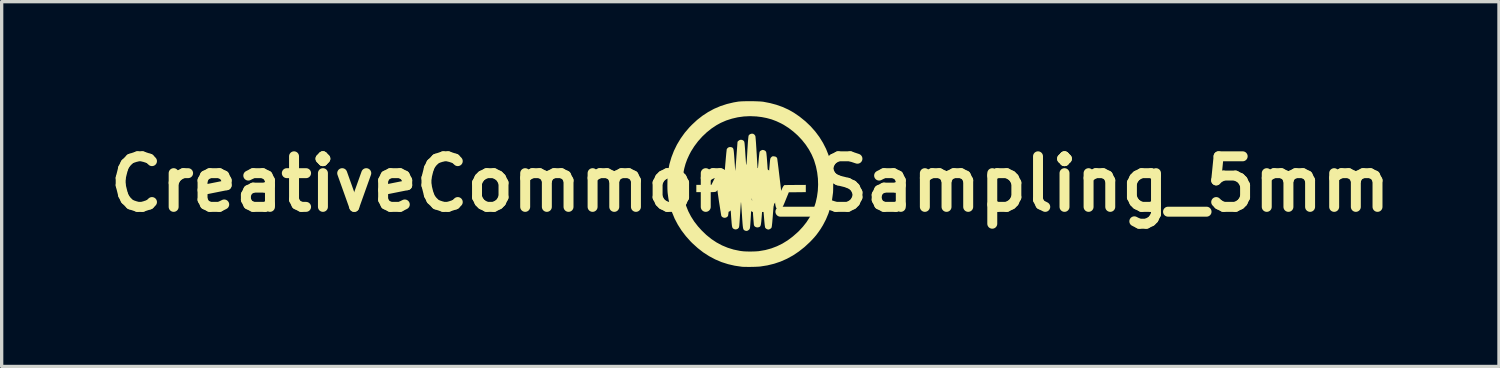
<source format=kicad_pcb>
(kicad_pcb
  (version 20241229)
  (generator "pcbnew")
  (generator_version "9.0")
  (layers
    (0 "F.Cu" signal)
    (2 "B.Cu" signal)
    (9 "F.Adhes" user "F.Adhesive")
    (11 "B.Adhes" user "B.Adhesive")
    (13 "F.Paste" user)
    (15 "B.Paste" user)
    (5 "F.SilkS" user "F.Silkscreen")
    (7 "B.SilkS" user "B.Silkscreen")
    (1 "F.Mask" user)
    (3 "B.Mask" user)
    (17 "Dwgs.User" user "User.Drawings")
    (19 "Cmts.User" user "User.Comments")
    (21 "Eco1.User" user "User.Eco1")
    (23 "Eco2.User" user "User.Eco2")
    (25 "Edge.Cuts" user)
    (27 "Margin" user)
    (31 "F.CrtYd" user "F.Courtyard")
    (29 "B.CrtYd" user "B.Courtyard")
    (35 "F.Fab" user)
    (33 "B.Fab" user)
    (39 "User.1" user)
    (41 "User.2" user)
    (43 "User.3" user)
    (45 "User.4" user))
  (footprint "CreativeCommons_Sampling_5mm"
    (layer "F.Cu")
    (at 19.565 2.496)
    (property "Reference" "CreativeCommons_Sampling_5mm" (at 0 0 0) (layer "F.SilkS") (effects (font (size 1.524 1.524) (thickness 0.3))))
    (attr board_only exclude_from_pos_files exclude_from_bom)
    (fp_poly (pts (xy 0.065 -2.496) (xy 0.149 -2.494) (xy 0.227 -2.491) (xy 0.297 -2.488) (xy 0.354 -2.483) (xy 0.391 -2.479) (xy 0.596 -2.439) (xy 0.789 -2.387) (xy 0.972 -2.322) (xy 1.146 -2.243) (xy 1.313 -2.149) (xy 1.474 -2.039) (xy 1.49 -2.027) (xy 1.661 -1.889) (xy 1.817 -1.741) (xy 1.957 -1.583) (xy 2.082 -1.416) (xy 2.191 -1.24) (xy 2.285 -1.055) (xy 2.362 -0.861) (xy 2.424 -0.658) (xy 2.47 -0.446) (xy 2.478 -0.4) (xy 2.484 -0.351) (xy 2.489 -0.288) (xy 2.493 -0.213) (xy 2.496 -0.132) (xy 2.498 -0.047) (xy 2.499 0.037) (xy 2.498 0.118) (xy 2.497 0.19) (xy 2.494 0.252) (xy 2.491 0.279) (xy 2.462 0.49) (xy 2.416 0.693) (xy 2.356 0.886) (xy 2.279 1.07) (xy 2.187 1.246) (xy 2.114 1.364) (xy 2.054 1.45) (xy 1.998 1.526) (xy 1.939 1.597) (xy 1.875 1.668) (xy 1.801 1.745) (xy 1.796 1.75) (xy 1.633 1.901) (xy 1.463 2.035) (xy 1.287 2.153) (xy 1.105 2.253) (xy 0.915 2.337) (xy 0.719 2.403) (xy 0.515 2.453) (xy 0.305 2.486) (xy 0.305 2.486) (xy 0.262 2.49) (xy 0.206 2.493) (xy 0.14 2.496) (xy 0.069 2.498) (xy -0.005 2.499) (xy -0.077 2.499) (xy -0.143 2.498) (xy -0.2 2.497) (xy -0.244 2.495) (xy -0.255 2.494) (xy -0.467 2.463) (xy -0.671 2.416) (xy -0.869 2.353) (xy -1.059 2.272) (xy -1.241 2.175) (xy -1.417 2.062) (xy -1.585 1.931) (xy -1.747 1.784) (xy -1.797 1.734) (xy -1.944 1.57) (xy -2.073 1.401) (xy -2.185 1.225) (xy -2.281 1.042) (xy -2.359 0.853) (xy -2.421 0.657) (xy -2.466 0.455) (xy -2.491 0.27) (xy -2.495 0.216) (xy -2.498 0.148) (xy -2.499 0.071) (xy -2.499 0.043) (xy -2.04 0.043) (xy -2.038 0.133) (xy -2.033 0.216) (xy -2.025 0.286) (xy -2.024 0.291) (xy -1.988 0.475) (xy -1.937 0.651) (xy -1.871 0.818) (xy -1.788 0.978) (xy -1.69 1.132) (xy -1.574 1.281) (xy -1.468 1.398) (xy -1.324 1.537) (xy -1.174 1.658) (xy -1.017 1.762) (xy -0.853 1.85) (xy -0.682 1.921) (xy -0.504 1.976) (xy -0.317 2.015) (xy -0.266 2.022) (xy -0.205 2.029) (xy -0.131 2.033) (xy -0.05 2.035) (xy 0.035 2.035) (xy 0.119 2.033) (xy 0.195 2.029) (xy 0.26 2.024) (xy 0.269 2.022) (xy 0.455 1.99) (xy 0.634 1.941) (xy 0.805 1.876) (xy 0.97 1.795) (xy 1.129 1.697) (xy 1.283 1.581) (xy 1.433 1.449) (xy 1.469 1.414) (xy 1.589 1.284) (xy 1.693 1.152) (xy 1.783 1.013) (xy 1.845 0.896) (xy 1.915 0.734) (xy 1.97 0.563) (xy 2.01 0.386) (xy 2.035 0.204) (xy 2.044 0.019) (xy 2.038 -0.166) (xy 2.016 -0.349) (xy 1.979 -0.53) (xy 1.926 -0.705) (xy 1.918 -0.729) (xy 1.851 -0.885) (xy 1.768 -1.038) (xy 1.67 -1.186) (xy 1.558 -1.326) (xy 1.434 -1.458) (xy 1.299 -1.579) (xy 1.156 -1.689) (xy 1.005 -1.785) (xy 0.925 -1.828) (xy 0.784 -1.894) (xy 0.643 -1.947) (xy 0.498 -1.987) (xy 0.346 -2.017) (xy 0.182 -2.037) (xy 0.177 -2.037) (xy -0.008 -2.045) (xy -0.193 -2.036) (xy -0.376 -2.011) (xy -0.553 -1.97) (xy -0.725 -1.915) (xy -0.888 -1.844) (xy -1.018 -1.773) (xy -1.17 -1.672) (xy -1.315 -1.556) (xy -1.451 -1.427) (xy -1.576 -1.287) (xy -1.688 -1.138) (xy -1.786 -0.983) (xy -1.841 -0.878) (xy -1.903 -0.742) (xy -1.952 -0.608) (xy -1.99 -0.47) (xy -2.019 -0.324) (xy -2.024 -0.291) (xy -2.032 -0.222) (xy -2.038 -0.14) (xy -2.04 -0.05) (xy -2.04 0.043) (xy -2.499 0.043) (xy -2.498 -0.012) (xy -2.497 -0.096) (xy -2.494 -0.179) (xy -2.49 -0.256) (xy -2.486 -0.324) (xy -2.48 -0.379) (xy -2.478 -0.391) (xy -2.437 -0.6) (xy -2.378 -0.802) (xy -2.303 -0.997) (xy -2.211 -1.186) (xy -2.103 -1.366) (xy -1.979 -1.54) (xy -1.838 -1.705) (xy -1.759 -1.786) (xy -1.603 -1.931) (xy -1.439 -2.059) (xy -1.268 -2.171) (xy -1.09 -2.267) (xy -0.902 -2.347) (xy -0.706 -2.411) (xy -0.5 -2.46) (xy -0.359 -2.484) (xy -0.314 -2.488) (xy -0.255 -2.492) (xy -0.183 -2.494) (xy -0.104 -2.496) (xy -0.02 -2.496)) (stroke (width 0) (type solid)) (fill yes) (layer "F.SilkS"))
    (fp_poly (pts (xy 0.093 -1.51) (xy 0.125 -1.487) (xy 0.148 -1.455) (xy 0.154 -1.438) (xy 0.156 -1.423) (xy 0.159 -1.391) (xy 0.163 -1.345) (xy 0.168 -1.286) (xy 0.173 -1.216) (xy 0.178 -1.137) (xy 0.184 -1.05) (xy 0.189 -0.957) (xy 0.193 -0.9) (xy 0.198 -0.807) (xy 0.203 -0.719) (xy 0.208 -0.64) (xy 0.213 -0.57) (xy 0.217 -0.51) (xy 0.22 -0.463) (xy 0.223 -0.429) (xy 0.224 -0.412) (xy 0.225 -0.409) (xy 0.226 -0.421) (xy 0.229 -0.449) (xy 0.232 -0.491) (xy 0.237 -0.543) (xy 0.242 -0.604) (xy 0.248 -0.67) (xy 0.249 -0.687) (xy 0.255 -0.756) (xy 0.261 -0.819) (xy 0.267 -0.875) (xy 0.272 -0.92) (xy 0.277 -0.953) (xy 0.281 -0.97) (xy 0.281 -0.972) (xy 0.302 -0.996) (xy 0.333 -1.015) (xy 0.365 -1.026) (xy 0.376 -1.027) (xy 0.414 -1.02) (xy 0.449 -1.002) (xy 0.473 -0.975) (xy 0.476 -0.97) (xy 0.48 -0.954) (xy 0.485 -0.924) (xy 0.49 -0.879) (xy 0.496 -0.819) (xy 0.502 -0.743) (xy 0.509 -0.649) (xy 0.515 -0.575) (xy 0.52 -0.496) (xy 0.526 -0.422) (xy 0.531 -0.356) (xy 0.536 -0.3) (xy 0.54 -0.256) (xy 0.543 -0.226) (xy 0.545 -0.21) (xy 0.546 -0.209) (xy 0.548 -0.218) (xy 0.551 -0.242) (xy 0.555 -0.28) (xy 0.56 -0.329) (xy 0.566 -0.386) (xy 0.571 -0.448) (xy 0.579 -0.533) (xy 0.585 -0.602) (xy 0.59 -0.657) (xy 0.594 -0.699) (xy 0.598 -0.731) (xy 0.602 -0.754) (xy 0.607 -0.771) (xy 0.612 -0.783) (xy 0.618 -0.792) (xy 0.626 -0.8) (xy 0.633 -0.808) (xy 0.653 -0.826) (xy 0.669 -0.834) (xy 0.69 -0.836) (xy 0.714 -0.834) (xy 0.76 -0.825) (xy 0.792 -0.804) (xy 0.809 -0.777) (xy 0.811 -0.765) (xy 0.816 -0.736) (xy 0.821 -0.693) (xy 0.829 -0.637) (xy 0.837 -0.57) (xy 0.847 -0.493) (xy 0.857 -0.409) (xy 0.868 -0.319) (xy 0.873 -0.275) (xy 0.931 0.209) (xy 0.957 0.143) (xy 0.973 0.108) (xy 0.99 0.077) (xy 1.004 0.056) (xy 1.005 0.055) (xy 1.028 0.032) (xy 1.35 0.029) (xy 1.673 0.027) (xy 1.673 0.245) (xy 1.417 0.248) (xy 1.161 0.25) (xy 1.066 0.482) (xy 1.035 0.559) (xy 1.009 0.62) (xy 0.987 0.668) (xy 0.968 0.704) (xy 0.951 0.73) (xy 0.936 0.747) (xy 0.92 0.757) (xy 0.903 0.762) (xy 0.884 0.763) (xy 0.879 0.764) (xy 0.849 0.761) (xy 0.823 0.754) (xy 0.819 0.752) (xy 0.8 0.74) (xy 0.786 0.725) (xy 0.774 0.704) (xy 0.765 0.674) (xy 0.756 0.632) (xy 0.748 0.576) (xy 0.746 0.555) (xy 0.739 0.507) (xy 0.733 0.466) (xy 0.729 0.434) (xy 0.726 0.416) (xy 0.725 0.413) (xy 0.724 0.421) (xy 0.721 0.445) (xy 0.717 0.484) (xy 0.713 0.535) (xy 0.708 0.597) (xy 0.702 0.668) (xy 0.695 0.746) (xy 0.692 0.785) (xy 0.683 0.895) (xy 0.676 0.989) (xy 0.669 1.068) (xy 0.664 1.133) (xy 0.659 1.185) (xy 0.654 1.227) (xy 0.651 1.259) (xy 0.647 1.283) (xy 0.643 1.301) (xy 0.64 1.313) (xy 0.636 1.321) (xy 0.632 1.327) (xy 0.63 1.329) (xy 0.602 1.352) (xy 0.57 1.368) (xy 0.545 1.373) (xy 0.513 1.366) (xy 0.48 1.349) (xy 0.455 1.325) (xy 0.449 1.317) (xy 0.445 1.302) (xy 0.44 1.274) (xy 0.434 1.232) (xy 0.428 1.176) (xy 0.421 1.103) (xy 0.414 1.014) (xy 0.407 0.932) (xy 0.4 0.853) (xy 0.394 0.781) (xy 0.389 0.716) (xy 0.384 0.662) (xy 0.38 0.619) (xy 0.378 0.59) (xy 0.376 0.576) (xy 0.376 0.576) (xy 0.375 0.585) (xy 0.372 0.61) (xy 0.369 0.65) (xy 0.365 0.701) (xy 0.36 0.762) (xy 0.355 0.831) (xy 0.35 0.9) (xy 0.343 0.992) (xy 0.336 1.068) (xy 0.331 1.129) (xy 0.325 1.177) (xy 0.32 1.214) (xy 0.313 1.242) (xy 0.306 1.262) (xy 0.298 1.276) (xy 0.288 1.286) (xy 0.276 1.294) (xy 0.272 1.296) (xy 0.233 1.308) (xy 0.192 1.307) (xy 0.155 1.294) (xy 0.126 1.272) (xy 0.111 1.244) (xy 0.108 1.229) (xy 0.105 1.197) (xy 0.101 1.152) (xy 0.096 1.094) (xy 0.091 1.026) (xy 0.085 0.95) (xy 0.08 0.868) (xy 0.076 0.809) (xy 0.07 0.726) (xy 0.065 0.65) (xy 0.061 0.582) (xy 0.057 0.523) (xy 0.053 0.477) (xy 0.05 0.443) (xy 0.049 0.425) (xy 0.048 0.423) (xy 0.047 0.435) (xy 0.045 0.464) (xy 0.043 0.507) (xy 0.039 0.563) (xy 0.035 0.629) (xy 0.031 0.703) (xy 0.026 0.784) (xy 0.023 0.845) (xy 0.017 0.953) (xy 0.012 1.044) (xy 0.007 1.119) (xy 0.003 1.181) (xy -0.000478 1.231) (xy -0.004 1.27) (xy -0.007 1.3) (xy -0.011 1.323) (xy -0.014 1.339) (xy -0.019 1.351) (xy -0.024 1.36) (xy -0.029 1.367) (xy -0.036 1.375) (xy -0.039 1.378) (xy -0.075 1.405) (xy -0.114 1.415) (xy -0.155 1.407) (xy -0.163 1.403) (xy -0.177 1.395) (xy -0.189 1.388) (xy -0.198 1.378) (xy -0.206 1.365) (xy -0.213 1.346) (xy -0.219 1.321) (xy -0.224 1.287) (xy -0.229 1.243) (xy -0.234 1.187) (xy -0.239 1.119) (xy -0.245 1.035) (xy -0.251 0.934) (xy -0.251 0.934) (xy -0.257 0.852) (xy -0.262 0.775) (xy -0.267 0.706) (xy -0.271 0.647) (xy -0.275 0.599) (xy -0.278 0.565) (xy -0.28 0.545) (xy -0.281 0.542) (xy -0.282 0.551) (xy -0.285 0.577) (xy -0.288 0.617) (xy -0.292 0.67) (xy -0.296 0.733) (xy -0.301 0.805) (xy -0.306 0.883) (xy -0.309 0.921) (xy -0.315 1.014) (xy -0.32 1.09) (xy -0.324 1.152) (xy -0.328 1.2) (xy -0.331 1.238) (xy -0.334 1.266) (xy -0.338 1.287) (xy -0.341 1.302) (xy -0.345 1.313) (xy -0.35 1.321) (xy -0.353 1.325) (xy -0.383 1.353) (xy -0.421 1.367) (xy -0.461 1.368) (xy -0.5 1.354) (xy -0.526 1.334) (xy -0.533 1.325) (xy -0.539 1.314) (xy -0.544 1.3) (xy -0.549 1.281) (xy -0.554 1.254) (xy -0.558 1.22) (xy -0.563 1.175) (xy -0.567 1.119) (xy -0.573 1.05) (xy -0.579 0.966) (xy -0.585 0.866) (xy -0.588 0.834) (xy -0.593 0.754) (xy -0.598 0.679) (xy -0.603 0.612) (xy -0.607 0.555) (xy -0.611 0.51) (xy -0.614 0.478) (xy -0.616 0.461) (xy -0.616 0.459) (xy -0.618 0.469) (xy -0.621 0.494) (xy -0.625 0.533) (xy -0.63 0.582) (xy -0.636 0.64) (xy -0.641 0.704) (xy -0.647 0.769) (xy -0.654 0.829) (xy -0.659 0.881) (xy -0.665 0.922) (xy -0.669 0.95) (xy -0.672 0.963) (xy -0.698 0.993) (xy -0.732 1.012) (xy -0.772 1.019) (xy -0.811 1.013) (xy -0.846 0.995) (xy -0.872 0.965) (xy -0.873 0.964) (xy -0.875 0.952) (xy -0.88 0.926) (xy -0.887 0.885) (xy -0.895 0.834) (xy -0.905 0.774) (xy -0.915 0.707) (xy -0.926 0.636) (xy -0.938 0.563) (xy -0.949 0.49) (xy -0.959 0.421) (xy -0.968 0.356) (xy -0.977 0.298) (xy -0.983 0.25) (xy -0.988 0.214) (xy -0.991 0.192) (xy -0.991 0.187) (xy -0.995 0.187) (xy -1.005 0.199) (xy -1.006 0.2) (xy -1.015 0.212) (xy -1.023 0.222) (xy -1.034 0.23) (xy -1.048 0.235) (xy -1.068 0.239) (xy -1.096 0.242) (xy -1.134 0.244) (xy -1.184 0.245) (xy -1.248 0.245) (xy -1.328 0.245) (xy -1.339 0.245) (xy -1.627 0.245) (xy -1.627 0.027) (xy -1.173 0.027) (xy -1.094 -0.134) (xy -1.066 -0.189) (xy -1.045 -0.23) (xy -1.029 -0.26) (xy -1.017 -0.28) (xy -1.006 -0.292) (xy -0.995 -0.3) (xy -0.984 -0.306) (xy -0.975 -0.309) (xy -0.947 -0.317) (xy -0.926 -0.317) (xy -0.898 -0.309) (xy -0.898 -0.309) (xy -0.871 -0.295) (xy -0.85 -0.275) (xy -0.835 -0.245) (xy -0.823 -0.203) (xy -0.816 -0.163) (xy -0.812 -0.142) (xy -0.809 -0.125) (xy -0.806 -0.114) (xy -0.803 -0.11) (xy -0.8 -0.114) (xy -0.797 -0.126) (xy -0.794 -0.149) (xy -0.79 -0.184) (xy -0.785 -0.23) (xy -0.78 -0.29) (xy -0.773 -0.365) (xy -0.765 -0.455) (xy -0.756 -0.562) (xy -0.754 -0.59) (xy -0.746 -0.678) (xy -0.739 -0.761) (xy -0.732 -0.837) (xy -0.726 -0.904) (xy -0.72 -0.961) (xy -0.715 -1.005) (xy -0.712 -1.035) (xy -0.71 -1.049) (xy -0.709 -1.049) (xy -0.687 -1.083) (xy -0.654 -1.105) (xy -0.615 -1.115) (xy -0.573 -1.11) (xy -0.562 -1.106) (xy -0.547 -1.1) (xy -0.534 -1.092) (xy -0.524 -1.083) (xy -0.516 -1.069) (xy -0.509 -1.049) (xy -0.503 -1.021) (xy -0.498 -0.983) (xy -0.493 -0.934) (xy -0.488 -0.872) (xy -0.482 -0.795) (xy -0.477 -0.731) (xy -0.472 -0.656) (xy -0.467 -0.586) (xy -0.463 -0.523) (xy -0.459 -0.47) (xy -0.456 -0.429) (xy -0.454 -0.401) (xy -0.453 -0.391) (xy -0.453 -0.395) (xy -0.451 -0.416) (xy -0.447 -0.452) (xy -0.443 -0.501) (xy -0.439 -0.561) (xy -0.433 -0.632) (xy -0.427 -0.712) (xy -0.42 -0.798) (xy -0.419 -0.821) (xy -0.385 -1.273) (xy -0.359 -1.3) (xy -0.325 -1.324) (xy -0.286 -1.334) (xy -0.246 -1.329) (xy -0.211 -1.311) (xy -0.191 -1.291) (xy -0.186 -1.283) (xy -0.182 -1.273) (xy -0.178 -1.258) (xy -0.175 -1.237) (xy -0.171 -1.209) (xy -0.168 -1.17) (xy -0.164 -1.121) (xy -0.159 -1.059) (xy -0.154 -0.982) (xy -0.148 -0.889) (xy -0.142 -0.803) (xy -0.137 -0.729) (xy -0.133 -0.67) (xy -0.129 -0.625) (xy -0.126 -0.595) (xy -0.122 -0.579) (xy -0.119 -0.579) (xy -0.116 -0.595) (xy -0.113 -0.627) (xy -0.109 -0.675) (xy -0.104 -0.739) (xy -0.099 -0.821) (xy -0.093 -0.921) (xy -0.087 -1.032) (xy -0.079 -1.147) (xy -0.073 -1.245) (xy -0.067 -1.324) (xy -0.061 -1.385) (xy -0.056 -1.429) (xy -0.052 -1.454) (xy -0.05 -1.46) (xy -0.029 -1.487) (xy 0.004 -1.507) (xy 0.044 -1.517) (xy 0.057 -1.518)) (stroke (width 0) (type solid)) (fill yes) (layer "F.SilkS")))
  (gr_rect
    (start -3 -3)
    (end 42.131 7.995)
    (stroke (width 0.1) (type default))
    (fill no)
    (layer "Edge.Cuts")))
</source>
